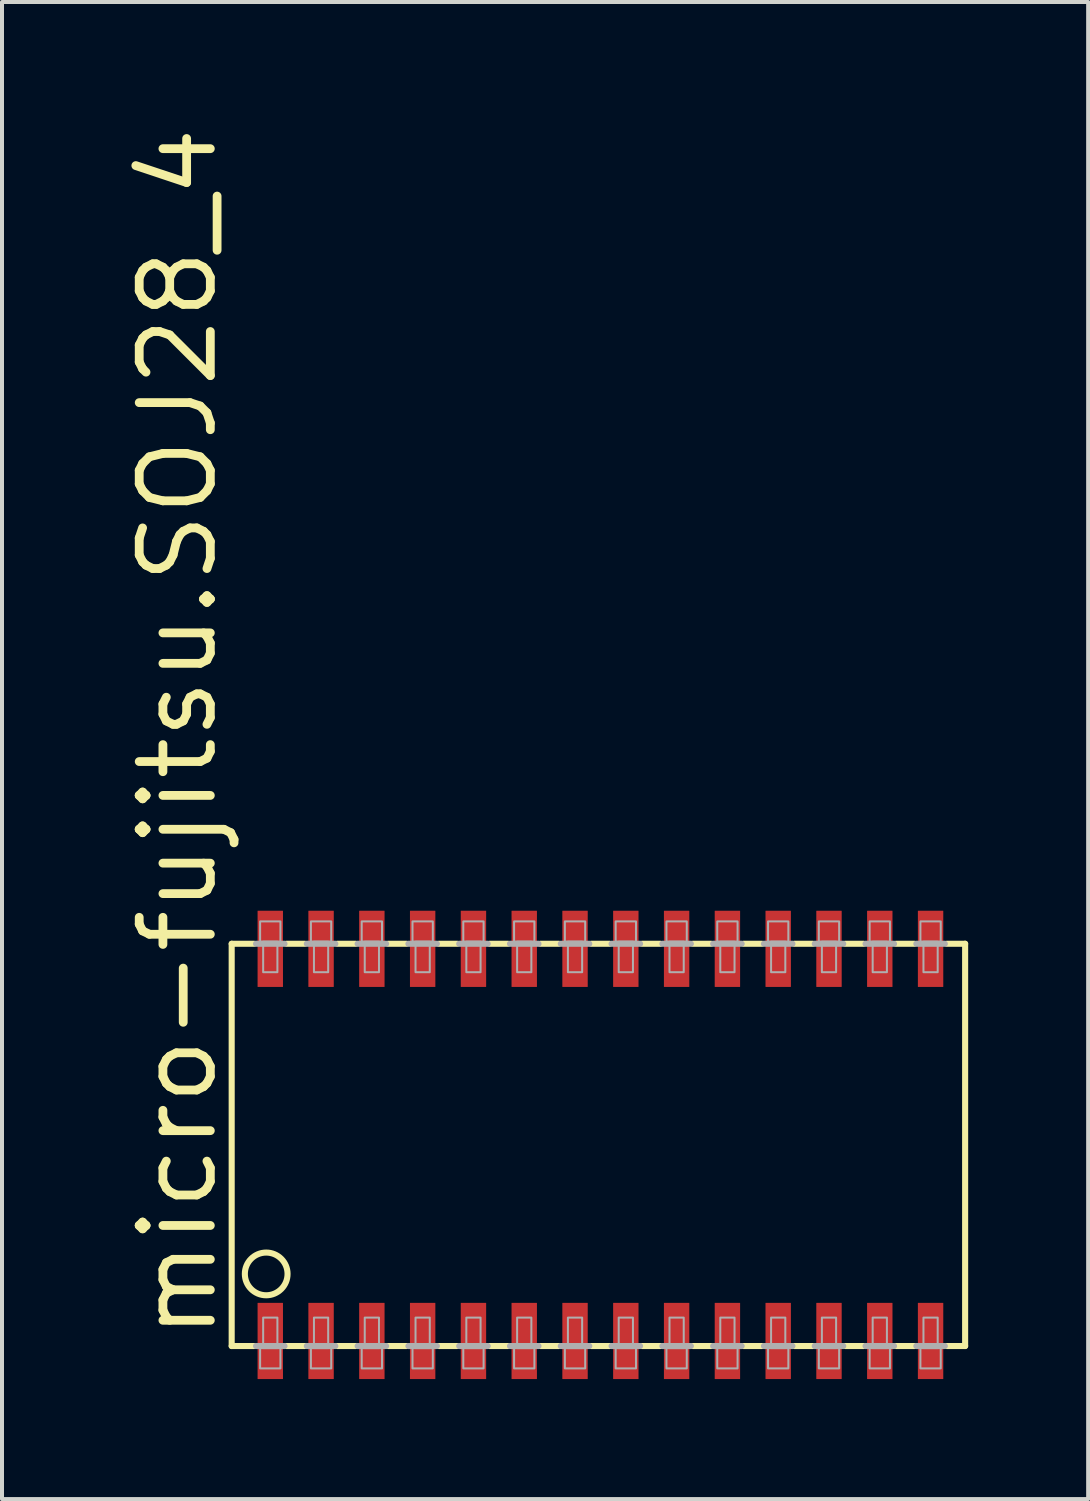
<source format=kicad_pcb>
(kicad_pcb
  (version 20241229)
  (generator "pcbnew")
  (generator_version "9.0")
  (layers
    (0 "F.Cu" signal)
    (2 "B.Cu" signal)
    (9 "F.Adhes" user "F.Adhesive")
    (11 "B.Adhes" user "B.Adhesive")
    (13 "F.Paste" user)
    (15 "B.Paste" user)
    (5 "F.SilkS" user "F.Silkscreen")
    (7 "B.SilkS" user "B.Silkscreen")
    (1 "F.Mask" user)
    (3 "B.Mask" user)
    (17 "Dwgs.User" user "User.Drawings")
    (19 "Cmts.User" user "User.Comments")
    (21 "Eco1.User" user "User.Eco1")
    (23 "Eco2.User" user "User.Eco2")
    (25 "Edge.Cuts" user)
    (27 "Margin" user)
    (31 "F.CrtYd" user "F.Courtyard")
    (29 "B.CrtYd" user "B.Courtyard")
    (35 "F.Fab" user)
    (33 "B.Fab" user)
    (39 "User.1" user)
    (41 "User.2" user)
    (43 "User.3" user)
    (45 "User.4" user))
  (footprint "micro-fujitsu.SOJ28_4"
    (layer "F.Cu")
    (at 11.963 25.577)
    (property "Reference" "micro-fujitsu.SOJ28_4" (at -9.525 4.953 90) (layer "F.SilkS") (effects (font (size 1.778 1.778) (thickness 0.22)) (justify left bottom)))
    (attr smd)
    (fp_line (start -9.22 -5.029) (end -9.22 5.029) (stroke (width 0.152) (type default)) (layer "F.SilkS"))
    (fp_line (start -9.22 -5.029) (end -8.661 -5.029) (stroke (width 0.152) (type default)) (layer "F.SilkS"))
    (fp_line (start -9.22 5.029) (end -8.661 5.029) (stroke (width 0.152) (type default)) (layer "F.SilkS"))
    (fp_line (start -7.849 -5.029) (end -7.391 -5.029) (stroke (width 0.152) (type default)) (layer "F.SilkS"))
    (fp_line (start -7.391 5.029) (end -7.849 5.029) (stroke (width 0.152) (type default)) (layer "F.SilkS"))
    (fp_line (start -6.579 -5.029) (end -6.121 -5.029) (stroke (width 0.152) (type default)) (layer "F.SilkS"))
    (fp_line (start -6.121 5.029) (end -6.579 5.029) (stroke (width 0.152) (type default)) (layer "F.SilkS"))
    (fp_line (start -5.309 -5.029) (end -4.851 -5.029) (stroke (width 0.152) (type default)) (layer "F.SilkS"))
    (fp_line (start -4.851 5.029) (end -5.309 5.029) (stroke (width 0.152) (type default)) (layer "F.SilkS"))
    (fp_line (start -4.039 -5.029) (end -3.581 -5.029) (stroke (width 0.152) (type default)) (layer "F.SilkS"))
    (fp_line (start -3.581 5.029) (end -4.039 5.029) (stroke (width 0.152) (type default)) (layer "F.SilkS"))
    (fp_line (start -2.769 -5.029) (end -2.311 -5.029) (stroke (width 0.152) (type default)) (layer "F.SilkS"))
    (fp_line (start -2.311 5.029) (end -2.769 5.029) (stroke (width 0.152) (type default)) (layer "F.SilkS"))
    (fp_line (start -1.499 -5.029) (end -1.041 -5.029) (stroke (width 0.152) (type default)) (layer "F.SilkS"))
    (fp_line (start -1.041 5.029) (end -1.499 5.029) (stroke (width 0.152) (type default)) (layer "F.SilkS"))
    (fp_line (start -0.229 -5.029) (end 0.229 -5.029) (stroke (width 0.152) (type default)) (layer "F.SilkS"))
    (fp_line (start 0.229 5.029) (end -0.229 5.029) (stroke (width 0.152) (type default)) (layer "F.SilkS"))
    (fp_line (start 1.041 -5.029) (end 1.499 -5.029) (stroke (width 0.152) (type default)) (layer "F.SilkS"))
    (fp_line (start 1.499 5.029) (end 1.041 5.029) (stroke (width 0.152) (type default)) (layer "F.SilkS"))
    (fp_line (start 2.311 -5.029) (end 2.769 -5.029) (stroke (width 0.152) (type default)) (layer "F.SilkS"))
    (fp_line (start 2.769 5.029) (end 2.311 5.029) (stroke (width 0.152) (type default)) (layer "F.SilkS"))
    (fp_line (start 3.581 -5.029) (end 4.039 -5.029) (stroke (width 0.152) (type default)) (layer "F.SilkS"))
    (fp_line (start 4.039 5.029) (end 3.581 5.029) (stroke (width 0.152) (type default)) (layer "F.SilkS"))
    (fp_line (start 4.851 -5.029) (end 5.309 -5.029) (stroke (width 0.152) (type default)) (layer "F.SilkS"))
    (fp_line (start 5.309 5.029) (end 4.851 5.029) (stroke (width 0.152) (type default)) (layer "F.SilkS"))
    (fp_line (start 6.121 -5.029) (end 6.579 -5.029) (stroke (width 0.152) (type default)) (layer "F.SilkS"))
    (fp_line (start 6.579 5.029) (end 6.121 5.029) (stroke (width 0.152) (type default)) (layer "F.SilkS"))
    (fp_line (start 7.391 -5.029) (end 7.849 -5.029) (stroke (width 0.152) (type default)) (layer "F.SilkS"))
    (fp_line (start 7.849 5.029) (end 7.391 5.029) (stroke (width 0.152) (type default)) (layer "F.SilkS"))
    (fp_line (start 9.119 -5.029) (end 8.661 -5.029) (stroke (width 0.152) (type default)) (layer "F.SilkS"))
    (fp_line (start 9.119 5.029) (end 8.661 5.029) (stroke (width 0.152) (type default)) (layer "F.SilkS"))
    (fp_line (start 9.119 5.029) (end 9.119 -5.029) (stroke (width 0.152) (type default)) (layer "F.SilkS"))
    (fp_circle (center -8.357 3.226) (end -7.823 3.226) (stroke (width 0.152) (type default)) (fill no) (layer "F.SilkS"))
    (fp_line (start -8.611 -5.029) (end -7.899 -5.029) (stroke (width 0.152) (type default)) (layer "F.Fab"))
    (fp_line (start -8.611 5.029) (end -7.899 5.029) (stroke (width 0.152) (type default)) (layer "F.Fab"))
    (fp_line (start -7.341 -5.029) (end -6.629 -5.029) (stroke (width 0.152) (type default)) (layer "F.Fab"))
    (fp_line (start -6.629 5.029) (end -7.341 5.029) (stroke (width 0.152) (type default)) (layer "F.Fab"))
    (fp_line (start -6.071 -5.029) (end -5.359 -5.029) (stroke (width 0.152) (type default)) (layer "F.Fab"))
    (fp_line (start -5.359 5.029) (end -6.071 5.029) (stroke (width 0.152) (type default)) (layer "F.Fab"))
    (fp_line (start -4.801 -5.029) (end -4.089 -5.029) (stroke (width 0.152) (type default)) (layer "F.Fab"))
    (fp_line (start -4.089 5.029) (end -4.801 5.029) (stroke (width 0.152) (type default)) (layer "F.Fab"))
    (fp_line (start -3.531 -5.029) (end -2.819 -5.029) (stroke (width 0.152) (type default)) (layer "F.Fab"))
    (fp_line (start -2.819 5.029) (end -3.531 5.029) (stroke (width 0.152) (type default)) (layer "F.Fab"))
    (fp_line (start -2.261 -5.029) (end -1.549 -5.029) (stroke (width 0.152) (type default)) (layer "F.Fab"))
    (fp_line (start -1.549 5.029) (end -2.261 5.029) (stroke (width 0.152) (type default)) (layer "F.Fab"))
    (fp_line (start -0.991 -5.029) (end -0.279 -5.029) (stroke (width 0.152) (type default)) (layer "F.Fab"))
    (fp_line (start -0.279 5.029) (end -0.991 5.029) (stroke (width 0.152) (type default)) (layer "F.Fab"))
    (fp_line (start 0.279 -5.029) (end 0.991 -5.029) (stroke (width 0.152) (type default)) (layer "F.Fab"))
    (fp_line (start 0.991 5.029) (end 0.279 5.029) (stroke (width 0.152) (type default)) (layer "F.Fab"))
    (fp_line (start 1.549 -5.029) (end 2.261 -5.029) (stroke (width 0.152) (type default)) (layer "F.Fab"))
    (fp_line (start 2.261 5.029) (end 1.549 5.029) (stroke (width 0.152) (type default)) (layer "F.Fab"))
    (fp_line (start 2.819 -5.029) (end 3.531 -5.029) (stroke (width 0.152) (type default)) (layer "F.Fab"))
    (fp_line (start 3.531 5.029) (end 2.819 5.029) (stroke (width 0.152) (type default)) (layer "F.Fab"))
    (fp_line (start 4.089 -5.029) (end 4.801 -5.029) (stroke (width 0.152) (type default)) (layer "F.Fab"))
    (fp_line (start 4.801 5.029) (end 4.089 5.029) (stroke (width 0.152) (type default)) (layer "F.Fab"))
    (fp_line (start 5.359 -5.029) (end 6.071 -5.029) (stroke (width 0.152) (type default)) (layer "F.Fab"))
    (fp_line (start 6.071 5.029) (end 5.359 5.029) (stroke (width 0.152) (type default)) (layer "F.Fab"))
    (fp_line (start 6.629 -5.029) (end 7.341 -5.029) (stroke (width 0.152) (type default)) (layer "F.Fab"))
    (fp_line (start 7.341 5.029) (end 6.629 5.029) (stroke (width 0.152) (type default)) (layer "F.Fab"))
    (fp_line (start 8.611 -5.029) (end 7.899 -5.029) (stroke (width 0.152) (type default)) (layer "F.Fab"))
    (fp_line (start 8.611 5.029) (end 7.899 5.029) (stroke (width 0.152) (type default)) (layer "F.Fab"))
    (fp_rect (start -8.509 -5.08) (end -8.001 -5.588) (stroke (width 0.05) (type default)) (fill no) (layer "F.Fab"))
    (fp_rect (start -8.509 5.588) (end -8.001 5.08) (stroke (width 0.05) (type default)) (fill no) (layer "F.Fab"))
    (fp_rect (start -8.433 -4.318) (end -8.077 -5.08) (stroke (width 0.05) (type default)) (fill no) (layer "F.Fab"))
    (fp_rect (start -8.433 5.08) (end -8.077 4.318) (stroke (width 0.05) (type default)) (fill no) (layer "F.Fab"))
    (fp_rect (start -7.239 -5.08) (end -6.731 -5.588) (stroke (width 0.05) (type default)) (fill no) (layer "F.Fab"))
    (fp_rect (start -7.239 5.588) (end -6.731 5.08) (stroke (width 0.05) (type default)) (fill no) (layer "F.Fab"))
    (fp_rect (start -7.163 -4.318) (end -6.807 -5.08) (stroke (width 0.05) (type default)) (fill no) (layer "F.Fab"))
    (fp_rect (start -7.163 5.08) (end -6.807 4.318) (stroke (width 0.05) (type default)) (fill no) (layer "F.Fab"))
    (fp_rect (start -5.969 -5.08) (end -5.461 -5.588) (stroke (width 0.05) (type default)) (fill no) (layer "F.Fab"))
    (fp_rect (start -5.969 5.588) (end -5.461 5.08) (stroke (width 0.05) (type default)) (fill no) (layer "F.Fab"))
    (fp_rect (start -5.893 -4.318) (end -5.537 -5.08) (stroke (width 0.05) (type default)) (fill no) (layer "F.Fab"))
    (fp_rect (start -5.893 5.08) (end -5.537 4.318) (stroke (width 0.05) (type default)) (fill no) (layer "F.Fab"))
    (fp_rect (start -4.699 -5.08) (end -4.191 -5.588) (stroke (width 0.05) (type default)) (fill no) (layer "F.Fab"))
    (fp_rect (start -4.699 5.588) (end -4.191 5.08) (stroke (width 0.05) (type default)) (fill no) (layer "F.Fab"))
    (fp_rect (start -4.623 -4.318) (end -4.267 -5.08) (stroke (width 0.05) (type default)) (fill no) (layer "F.Fab"))
    (fp_rect (start -4.623 5.08) (end -4.267 4.318) (stroke (width 0.05) (type default)) (fill no) (layer "F.Fab"))
    (fp_rect (start -3.429 -5.08) (end -2.921 -5.588) (stroke (width 0.05) (type default)) (fill no) (layer "F.Fab"))
    (fp_rect (start -3.429 5.588) (end -2.921 5.08) (stroke (width 0.05) (type default)) (fill no) (layer "F.Fab"))
    (fp_rect (start -3.353 -4.318) (end -2.997 -5.08) (stroke (width 0.05) (type default)) (fill no) (layer "F.Fab"))
    (fp_rect (start -3.353 5.08) (end -2.997 4.318) (stroke (width 0.05) (type default)) (fill no) (layer "F.Fab"))
    (fp_rect (start -2.159 -5.08) (end -1.651 -5.588) (stroke (width 0.05) (type default)) (fill no) (layer "F.Fab"))
    (fp_rect (start -2.159 5.588) (end -1.651 5.08) (stroke (width 0.05) (type default)) (fill no) (layer "F.Fab"))
    (fp_rect (start -2.083 -4.318) (end -1.727 -5.08) (stroke (width 0.05) (type default)) (fill no) (layer "F.Fab"))
    (fp_rect (start -2.083 5.08) (end -1.727 4.318) (stroke (width 0.05) (type default)) (fill no) (layer "F.Fab"))
    (fp_rect (start -0.889 -5.08) (end -0.381 -5.588) (stroke (width 0.05) (type default)) (fill no) (layer "F.Fab"))
    (fp_rect (start -0.889 5.588) (end -0.381 5.08) (stroke (width 0.05) (type default)) (fill no) (layer "F.Fab"))
    (fp_rect (start -0.813 -4.318) (end -0.457 -5.08) (stroke (width 0.05) (type default)) (fill no) (layer "F.Fab"))
    (fp_rect (start -0.813 5.08) (end -0.457 4.318) (stroke (width 0.05) (type default)) (fill no) (layer "F.Fab"))
    (fp_rect (start 0.381 -5.08) (end 0.889 -5.588) (stroke (width 0.05) (type default)) (fill no) (layer "F.Fab"))
    (fp_rect (start 0.381 5.588) (end 0.889 5.08) (stroke (width 0.05) (type default)) (fill no) (layer "F.Fab"))
    (fp_rect (start 0.457 -4.318) (end 0.813 -5.08) (stroke (width 0.05) (type default)) (fill no) (layer "F.Fab"))
    (fp_rect (start 0.457 5.08) (end 0.813 4.318) (stroke (width 0.05) (type default)) (fill no) (layer "F.Fab"))
    (fp_rect (start 1.651 -5.08) (end 2.159 -5.588) (stroke (width 0.05) (type default)) (fill no) (layer "F.Fab"))
    (fp_rect (start 1.651 5.588) (end 2.159 5.08) (stroke (width 0.05) (type default)) (fill no) (layer "F.Fab"))
    (fp_rect (start 1.727 -4.318) (end 2.083 -5.08) (stroke (width 0.05) (type default)) (fill no) (layer "F.Fab"))
    (fp_rect (start 1.727 5.08) (end 2.083 4.318) (stroke (width 0.05) (type default)) (fill no) (layer "F.Fab"))
    (fp_rect (start 2.921 -5.08) (end 3.429 -5.588) (stroke (width 0.05) (type default)) (fill no) (layer "F.Fab"))
    (fp_rect (start 2.921 5.588) (end 3.429 5.08) (stroke (width 0.05) (type default)) (fill no) (layer "F.Fab"))
    (fp_rect (start 2.997 -4.318) (end 3.353 -5.08) (stroke (width 0.05) (type default)) (fill no) (layer "F.Fab"))
    (fp_rect (start 2.997 5.08) (end 3.353 4.318) (stroke (width 0.05) (type default)) (fill no) (layer "F.Fab"))
    (fp_rect (start 4.191 -5.08) (end 4.699 -5.588) (stroke (width 0.05) (type default)) (fill no) (layer "F.Fab"))
    (fp_rect (start 4.191 5.588) (end 4.699 5.08) (stroke (width 0.05) (type default)) (fill no) (layer "F.Fab"))
    (fp_rect (start 4.267 -4.318) (end 4.623 -5.08) (stroke (width 0.05) (type default)) (fill no) (layer "F.Fab"))
    (fp_rect (start 4.267 5.08) (end 4.623 4.318) (stroke (width 0.05) (type default)) (fill no) (layer "F.Fab"))
    (fp_rect (start 5.461 -5.08) (end 5.969 -5.588) (stroke (width 0.05) (type default)) (fill no) (layer "F.Fab"))
    (fp_rect (start 5.461 5.588) (end 5.969 5.08) (stroke (width 0.05) (type default)) (fill no) (layer "F.Fab"))
    (fp_rect (start 5.537 -4.318) (end 5.893 -5.08) (stroke (width 0.05) (type default)) (fill no) (layer "F.Fab"))
    (fp_rect (start 5.537 5.08) (end 5.893 4.318) (stroke (width 0.05) (type default)) (fill no) (layer "F.Fab"))
    (fp_rect (start 6.731 -5.08) (end 7.239 -5.588) (stroke (width 0.05) (type default)) (fill no) (layer "F.Fab"))
    (fp_rect (start 6.731 5.588) (end 7.239 5.08) (stroke (width 0.05) (type default)) (fill no) (layer "F.Fab"))
    (fp_rect (start 6.807 -4.318) (end 7.163 -5.08) (stroke (width 0.05) (type default)) (fill no) (layer "F.Fab"))
    (fp_rect (start 6.807 5.08) (end 7.163 4.318) (stroke (width 0.05) (type default)) (fill no) (layer "F.Fab"))
    (fp_rect (start 8.001 -5.08) (end 8.509 -5.588) (stroke (width 0.05) (type default)) (fill no) (layer "F.Fab"))
    (fp_rect (start 8.001 5.588) (end 8.509 5.08) (stroke (width 0.05) (type default)) (fill no) (layer "F.Fab"))
    (fp_rect (start 8.077 -4.318) (end 8.433 -5.08) (stroke (width 0.05) (type default)) (fill no) (layer "F.Fab"))
    (fp_rect (start 8.077 5.08) (end 8.433 4.318) (stroke (width 0.05) (type default)) (fill no) (layer "F.Fab"))
    (pad "1" smd roundrect (at -8.255 4.902) (size 0.635 1.905) (layers "F.Cu" "F.Mask" "F.Paste") (roundrect_rratio 0.01))
    (pad "2" smd roundrect (at -6.985 4.902) (size 0.635 1.905) (layers "F.Cu" "F.Mask" "F.Paste") (roundrect_rratio 0.01))
    (pad "3" smd roundrect (at -5.715 4.902) (size 0.635 1.905) (layers "F.Cu" "F.Mask" "F.Paste") (roundrect_rratio 0.01))
    (pad "4" smd roundrect (at -4.445 4.902) (size 0.635 1.905) (layers "F.Cu" "F.Mask" "F.Paste") (roundrect_rratio 0.01))
    (pad "5" smd roundrect (at -3.175 4.902) (size 0.635 1.905) (layers "F.Cu" "F.Mask" "F.Paste") (roundrect_rratio 0.01))
    (pad "6" smd roundrect (at -1.905 4.902) (size 0.635 1.905) (layers "F.Cu" "F.Mask" "F.Paste") (roundrect_rratio 0.01))
    (pad "7" smd roundrect (at -0.635 4.902) (size 0.635 1.905) (layers "F.Cu" "F.Mask" "F.Paste") (roundrect_rratio 0.01))
    (pad "8" smd roundrect (at 0.635 4.902) (size 0.635 1.905) (layers "F.Cu" "F.Mask" "F.Paste") (roundrect_rratio 0.01))
    (pad "9" smd roundrect (at 1.905 4.902) (size 0.635 1.905) (layers "F.Cu" "F.Mask" "F.Paste") (roundrect_rratio 0.01))
    (pad "10" smd roundrect (at 3.175 4.902) (size 0.635 1.905) (layers "F.Cu" "F.Mask" "F.Paste") (roundrect_rratio 0.01))
    (pad "11" smd roundrect (at 4.445 4.902) (size 0.635 1.905) (layers "F.Cu" "F.Mask" "F.Paste") (roundrect_rratio 0.01))
    (pad "12" smd roundrect (at 5.715 4.902) (size 0.635 1.905) (layers "F.Cu" "F.Mask" "F.Paste") (roundrect_rratio 0.01))
    (pad "13" smd roundrect (at 6.985 4.902) (size 0.635 1.905) (layers "F.Cu" "F.Mask" "F.Paste") (roundrect_rratio 0.01))
    (pad "14" smd roundrect (at 8.255 4.902) (size 0.635 1.905) (layers "F.Cu" "F.Mask" "F.Paste") (roundrect_rratio 0.01))
    (pad "15" smd roundrect (at 8.255 -4.902) (size 0.635 1.905) (layers "F.Cu" "F.Mask" "F.Paste") (roundrect_rratio 0.01))
    (pad "16" smd roundrect (at 6.985 -4.902) (size 0.635 1.905) (layers "F.Cu" "F.Mask" "F.Paste") (roundrect_rratio 0.01))
    (pad "17" smd roundrect (at 5.715 -4.902) (size 0.635 1.905) (layers "F.Cu" "F.Mask" "F.Paste") (roundrect_rratio 0.01))
    (pad "18" smd roundrect (at 4.445 -4.902) (size 0.635 1.905) (layers "F.Cu" "F.Mask" "F.Paste") (roundrect_rratio 0.01))
    (pad "19" smd roundrect (at 3.175 -4.902) (size 0.635 1.905) (layers "F.Cu" "F.Mask" "F.Paste") (roundrect_rratio 0.01))
    (pad "20" smd roundrect (at 1.905 -4.902) (size 0.635 1.905) (layers "F.Cu" "F.Mask" "F.Paste") (roundrect_rratio 0.01))
    (pad "21" smd roundrect (at 0.635 -4.902) (size 0.635 1.905) (layers "F.Cu" "F.Mask" "F.Paste") (roundrect_rratio 0.01))
    (pad "22" smd roundrect (at -0.635 -4.902) (size 0.635 1.905) (layers "F.Cu" "F.Mask" "F.Paste") (roundrect_rratio 0.01))
    (pad "23" smd roundrect (at -1.905 -4.902) (size 0.635 1.905) (layers "F.Cu" "F.Mask" "F.Paste") (roundrect_rratio 0.01))
    (pad "24" smd roundrect (at -3.175 -4.902) (size 0.635 1.905) (layers "F.Cu" "F.Mask" "F.Paste") (roundrect_rratio 0.01))
    (pad "25" smd roundrect (at -4.445 -4.902) (size 0.635 1.905) (layers "F.Cu" "F.Mask" "F.Paste") (roundrect_rratio 0.01))
    (pad "26" smd roundrect (at -5.715 -4.902) (size 0.635 1.905) (layers "F.Cu" "F.Mask" "F.Paste") (roundrect_rratio 0.01))
    (pad "27" smd roundrect (at -6.985 -4.902) (size 0.635 1.905) (layers "F.Cu" "F.Mask" "F.Paste") (roundrect_rratio 0.01))
    (pad "28" smd roundrect (at -8.255 -4.902) (size 0.635 1.905) (layers "F.Cu" "F.Mask" "F.Paste") (roundrect_rratio 0.01)))
  (gr_rect
    (start -3 -3)
    (end 24.158 34.432)
    (stroke (width 0.1) (type default))
    (fill no)
    (layer "Edge.Cuts")))
</source>
